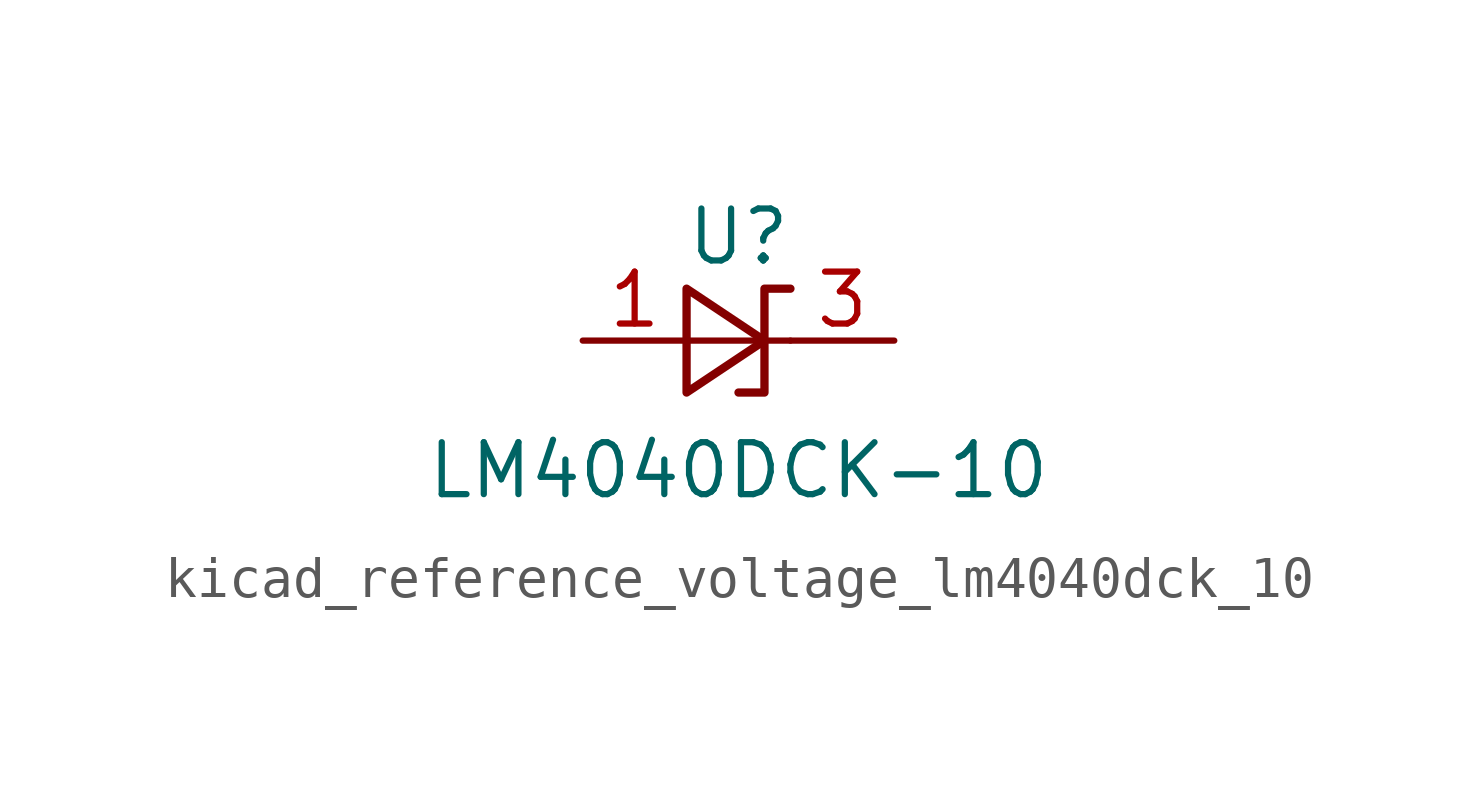
<source format=kicad_sym>
(kicad_symbol_lib
  (version 20220914)
  (generator kicad_symbol_editor)
  (symbol "kicad_reference_voltage_lm4040dck_10"
    (pin_names
      (offset 0.025) hide)
    (property "Reference" "U"
      (at 0 2.54 0)
      (effects (font (size 1.27 1.27))))
    (property "Value" "LM4040DCK-10"
      (at 0 -3.175 0)
      (effects (font (size 1.27 1.27))))
    (symbol "kicad_reference_voltage_lm4040dck_10_0_1"
      (polyline (pts (xy -1.27 0) (xy 0 0) (xy 1.27 0)) (stroke (width 0) (type default)) (fill (type none)))
      (polyline (pts (xy -1.27 -1.27) (xy 0.635 0) (xy -1.27 1.27) (xy -1.27 -1.27)) (stroke (width 0.203) (type default)) (fill (type none)))
      (polyline (pts (xy 0 -1.27) (xy 0.635 -1.27) (xy 0.635 1.27) (xy 1.27 1.27)) (stroke (width 0.203) (type default)) (fill (type none))))
    (symbol "kicad_reference_voltage_lm4040dck_10_1_1"
      (pin passive line (at -3.81 0 0) (length 2.54) (name "A" (effects (font (size 1.27 1.27)))) (number "1" (effects (font (size 1.27 1.27)))))
      (pin passive line (at 3.81 0 180) (length 2.54) (name "K" (effects (font (size 1.27 1.27)))) (number "3" (effects (font (size 1.27 1.27))))))))
</source>
